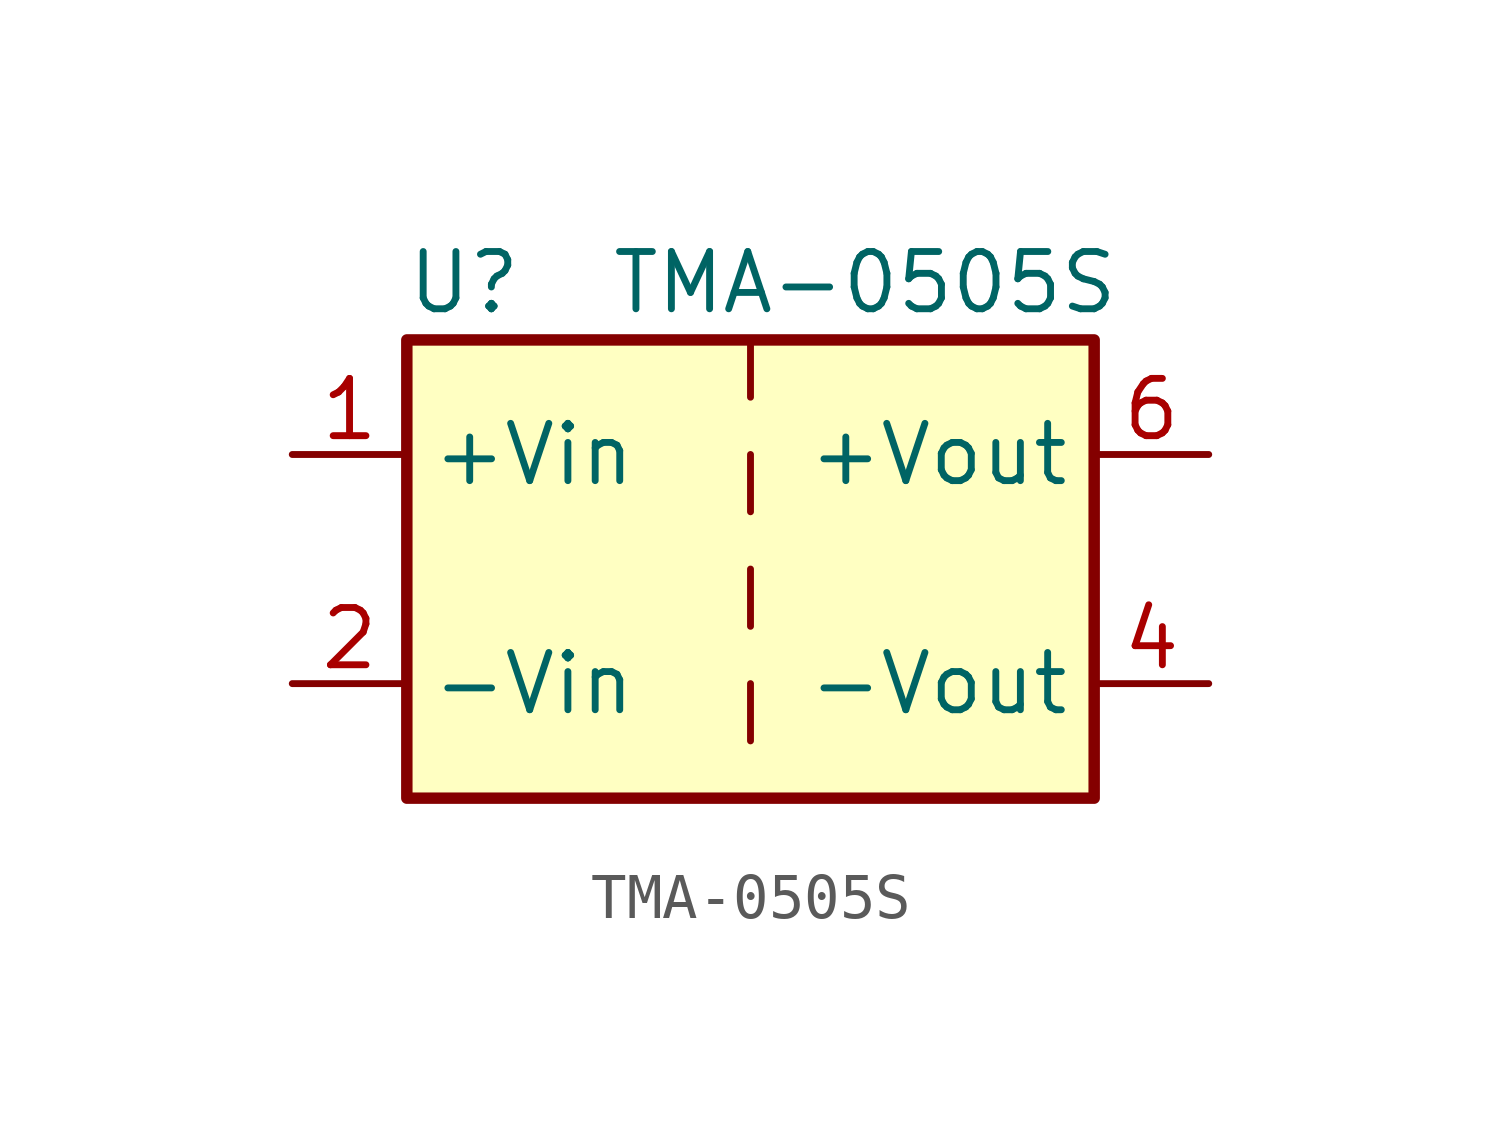
<source format=kicad_sym>
(kicad_symbol_lib
  (version 20220914)
  (generator kicad_symbol_editor)
  (symbol "TMA-0505S"
    (property "Reference" "U"
      (at -6.35 6.35 0)
      (effects (font (size 1.27 1.27))))
    (property "Value" "TMA-0505S"
      (at 2.54 6.35 0)
      (effects (font (size 1.27 1.27))))
    (symbol "TMA-0505S_0_1"
      (rectangle (start -7.62 5.08) (end 7.62 -5.08) (stroke (width 0.254) (type default)) (fill (type background)))
      (polyline (pts (xy 0 -2.54) (xy 0 -3.81)) (stroke (width 0) (type default)) (fill (type none)))
      (polyline (pts (xy 0 0) (xy 0 -1.27)) (stroke (width 0) (type default)) (fill (type none)))
      (polyline (pts (xy 0 2.54) (xy 0 1.27)) (stroke (width 0) (type default)) (fill (type none)))
      (polyline (pts (xy 0 5.08) (xy 0 3.81)) (stroke (width 0) (type default)) (fill (type none))))
    (symbol "TMA-0505S_1_1"
      (pin power_in line (at -10.16 2.54 0) (length 2.54) (name "+Vin" (effects (font (size 1.27 1.27)))) (number "1" (effects (font (size 1.27 1.27)))))
      (pin power_in line (at -10.16 -2.54 0) (length 2.54) (name "-Vin" (effects (font (size 1.27 1.27)))) (number "2" (effects (font (size 1.27 1.27)))))
      (pin power_out line (at 10.16 -2.54 180) (length 2.54) (name "-Vout" (effects (font (size 1.27 1.27)))) (number "4" (effects (font (size 1.27 1.27)))))
      (pin power_out line (at 10.16 2.54 180) (length 2.54) (name "+Vout" (effects (font (size 1.27 1.27)))) (number "6" (effects (font (size 1.27 1.27))))))))
</source>
